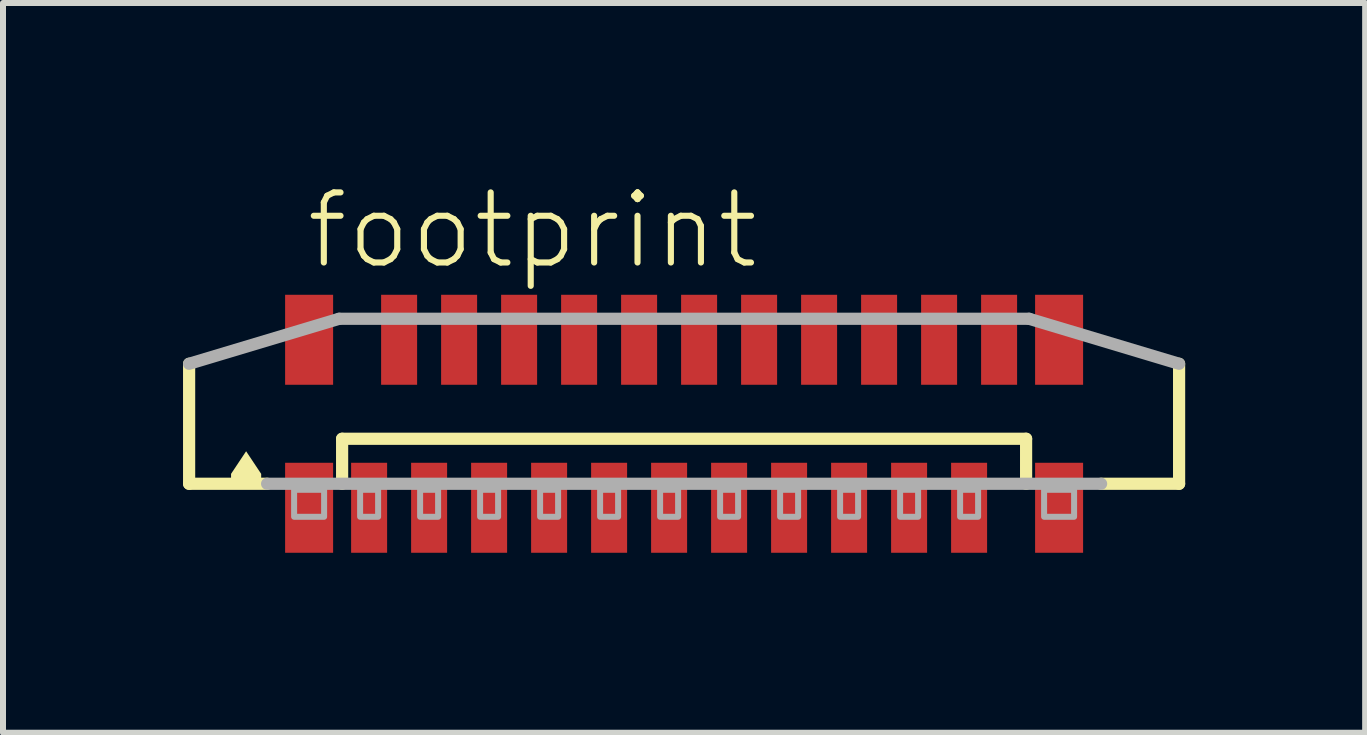
<source format=kicad_pcb>
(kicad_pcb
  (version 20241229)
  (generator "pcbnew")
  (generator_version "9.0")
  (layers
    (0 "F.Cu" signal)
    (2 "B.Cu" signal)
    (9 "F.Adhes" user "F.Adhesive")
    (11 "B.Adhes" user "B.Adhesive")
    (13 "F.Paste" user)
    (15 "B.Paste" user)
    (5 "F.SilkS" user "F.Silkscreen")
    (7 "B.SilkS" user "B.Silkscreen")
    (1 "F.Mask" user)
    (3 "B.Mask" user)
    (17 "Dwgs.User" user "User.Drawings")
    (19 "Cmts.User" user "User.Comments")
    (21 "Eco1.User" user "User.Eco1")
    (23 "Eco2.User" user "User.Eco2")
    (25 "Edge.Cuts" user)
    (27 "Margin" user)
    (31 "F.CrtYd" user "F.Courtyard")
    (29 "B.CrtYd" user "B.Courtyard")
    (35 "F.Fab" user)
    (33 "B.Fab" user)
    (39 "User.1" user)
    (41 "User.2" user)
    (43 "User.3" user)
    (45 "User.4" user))
  (footprint "footprint"
    (layer "F.Cu")
    (at 8.352 4.013)
    (property "Reference" "footprint" (at -6.35 -2.54 0) (layer "F.SilkS") (effects (font (size 1.168 1.168) (thickness 0.102)) (justify left bottom)))
    (fp_line (start -8.25 1) (end -8.25 -1) (stroke (width 0.203) (type solid)) (layer "F.SilkS"))
    (fp_line (start -6.95 1) (end -8.25 1) (stroke (width 0.203) (type solid)) (layer "F.SilkS"))
    (fp_line (start -5.7 0.25) (end 5.7 0.25) (stroke (width 0.203) (type solid)) (layer "F.SilkS"))
    (fp_line (start -5.7 1) (end -5.7 0.25) (stroke (width 0.203) (type solid)) (layer "F.SilkS"))
    (fp_line (start 5.7 0.25) (end 5.7 1) (stroke (width 0.203) (type solid)) (layer "F.SilkS"))
    (fp_line (start 8.25 -1) (end 8.25 1) (stroke (width 0.203) (type solid)) (layer "F.SilkS"))
    (fp_line (start 8.25 1) (end 6.95 1) (stroke (width 0.203) (type solid)) (layer "F.SilkS"))
    (fp_poly (pts (xy -7.049 0.835) (xy -7.049 1.001) (xy -7.551 1.001) (xy -7.551 0.835) (xy -7.3 0.458)) (stroke (width 0) (type solid)) (fill yes) (layer "F.SilkS"))
    (fp_line (start -8.25 -1) (end -5.75 -1.75) (stroke (width 0.203) (type solid)) (layer "F.Fab"))
    (fp_line (start -5.75 -1.75) (end 5.75 -1.75) (stroke (width 0.203) (type solid)) (layer "F.Fab"))
    (fp_line (start 5.75 -1.75) (end 8.25 -1) (stroke (width 0.203) (type solid)) (layer "F.Fab"))
    (fp_line (start 6.95 1) (end -6.95 1) (stroke (width 0.203) (type solid)) (layer "F.Fab"))
    (fp_poly (pts (xy -6.5 1.55) (xy -6 1.55) (xy -6 1.1) (xy -6.5 1.1)) (stroke (width 0.1) (type solid)) (fill no) (layer "F.Fab"))
    (fp_poly (pts (xy -5.4 1.55) (xy -5.1 1.55) (xy -5.1 1.1) (xy -5.4 1.1)) (stroke (width 0.1) (type solid)) (fill no) (layer "F.Fab"))
    (fp_poly (pts (xy -4.4 1.55) (xy -4.1 1.55) (xy -4.1 1.1) (xy -4.4 1.1)) (stroke (width 0.1) (type solid)) (fill no) (layer "F.Fab"))
    (fp_poly (pts (xy -3.4 1.55) (xy -3.1 1.55) (xy -3.1 1.1) (xy -3.4 1.1)) (stroke (width 0.1) (type solid)) (fill no) (layer "F.Fab"))
    (fp_poly (pts (xy -2.4 1.55) (xy -2.1 1.55) (xy -2.1 1.1) (xy -2.4 1.1)) (stroke (width 0.1) (type solid)) (fill no) (layer "F.Fab"))
    (fp_poly (pts (xy -1.4 1.55) (xy -1.1 1.55) (xy -1.1 1.1) (xy -1.4 1.1)) (stroke (width 0.1) (type solid)) (fill no) (layer "F.Fab"))
    (fp_poly (pts (xy -0.4 1.55) (xy -0.1 1.55) (xy -0.1 1.1) (xy -0.4 1.1)) (stroke (width 0.1) (type solid)) (fill no) (layer "F.Fab"))
    (fp_poly (pts (xy 0.6 1.55) (xy 0.9 1.55) (xy 0.9 1.1) (xy 0.6 1.1)) (stroke (width 0.1) (type solid)) (fill no) (layer "F.Fab"))
    (fp_poly (pts (xy 1.6 1.55) (xy 1.9 1.55) (xy 1.9 1.1) (xy 1.6 1.1)) (stroke (width 0.1) (type solid)) (fill no) (layer "F.Fab"))
    (fp_poly (pts (xy 2.6 1.55) (xy 2.9 1.55) (xy 2.9 1.1) (xy 2.6 1.1)) (stroke (width 0.1) (type solid)) (fill no) (layer "F.Fab"))
    (fp_poly (pts (xy 3.6 1.55) (xy 3.9 1.55) (xy 3.9 1.1) (xy 3.6 1.1)) (stroke (width 0.1) (type solid)) (fill no) (layer "F.Fab"))
    (fp_poly (pts (xy 4.6 1.55) (xy 4.9 1.55) (xy 4.9 1.1) (xy 4.6 1.1)) (stroke (width 0.1) (type solid)) (fill no) (layer "F.Fab"))
    (fp_poly (pts (xy 6 1.55) (xy 6.5 1.55) (xy 6.5 1.1) (xy 6 1.1)) (stroke (width 0.1) (type solid)) (fill no) (layer "F.Fab"))
    (pad "1" smd rect (at -5.25 1.4) (size 0.6 1.5) (layers "F.Cu" "F.Mask" "F.Paste"))
    (pad "2" smd rect (at -4.75 -1.4 180) (size 0.6 1.5) (layers "F.Cu" "F.Mask" "F.Paste"))
    (pad "3" smd rect (at -4.25 1.4) (size 0.6 1.5) (layers "F.Cu" "F.Mask" "F.Paste"))
    (pad "4" smd rect (at -3.75 -1.4 180) (size 0.6 1.5) (layers "F.Cu" "F.Mask" "F.Paste"))
    (pad "5" smd rect (at -3.25 1.4) (size 0.6 1.5) (layers "F.Cu" "F.Mask" "F.Paste"))
    (pad "6" smd rect (at -2.75 -1.4 180) (size 0.6 1.5) (layers "F.Cu" "F.Mask" "F.Paste"))
    (pad "7" smd rect (at -2.25 1.4) (size 0.6 1.5) (layers "F.Cu" "F.Mask" "F.Paste"))
    (pad "8" smd rect (at -1.75 -1.4 180) (size 0.6 1.5) (layers "F.Cu" "F.Mask" "F.Paste"))
    (pad "9" smd rect (at -1.25 1.4) (size 0.6 1.5) (layers "F.Cu" "F.Mask" "F.Paste"))
    (pad "10" smd rect (at -0.75 -1.4 180) (size 0.6 1.5) (layers "F.Cu" "F.Mask" "F.Paste"))
    (pad "11" smd rect (at -0.25 1.4) (size 0.6 1.5) (layers "F.Cu" "F.Mask" "F.Paste"))
    (pad "12" smd rect (at 0.25 -1.4 180) (size 0.6 1.5) (layers "F.Cu" "F.Mask" "F.Paste"))
    (pad "13" smd rect (at 0.75 1.4) (size 0.6 1.5) (layers "F.Cu" "F.Mask" "F.Paste"))
    (pad "14" smd rect (at 1.25 -1.4 180) (size 0.6 1.5) (layers "F.Cu" "F.Mask" "F.Paste"))
    (pad "15" smd rect (at 1.75 1.4) (size 0.6 1.5) (layers "F.Cu" "F.Mask" "F.Paste"))
    (pad "16" smd rect (at 2.25 -1.4 180) (size 0.6 1.5) (layers "F.Cu" "F.Mask" "F.Paste"))
    (pad "17" smd rect (at 2.75 1.4) (size 0.6 1.5) (layers "F.Cu" "F.Mask" "F.Paste"))
    (pad "18" smd rect (at 3.25 -1.4 180) (size 0.6 1.5) (layers "F.Cu" "F.Mask" "F.Paste"))
    (pad "19" smd rect (at 3.75 1.4) (size 0.6 1.5) (layers "F.Cu" "F.Mask" "F.Paste"))
    (pad "20" smd rect (at 4.25 -1.4 180) (size 0.6 1.5) (layers "F.Cu" "F.Mask" "F.Paste"))
    (pad "21" smd rect (at 4.75 1.4) (size 0.6 1.5) (layers "F.Cu" "F.Mask" "F.Paste"))
    (pad "22" smd rect (at 5.25 -1.4 180) (size 0.6 1.5) (layers "F.Cu" "F.Mask" "F.Paste"))
    (pad "M1" smd rect (at -6.25 1.4) (size 0.8 1.5) (layers "F.Cu" "F.Mask" "F.Paste"))
    (pad "M2" smd rect (at 6.25 1.4) (size 0.8 1.5) (layers "F.Cu" "F.Mask" "F.Paste"))
    (pad "M3" smd rect (at 6.25 -1.4 180) (size 0.8 1.5) (layers "F.Cu" "F.Mask" "F.Paste"))
    (pad "M4" smd rect (at -6.25 -1.4 180) (size 0.8 1.5) (layers "F.Cu" "F.Mask" "F.Paste")))
  (gr_rect
    (start -3 -3)
    (end 19.703 9.163)
    (stroke (width 0.1) (type default))
    (fill no)
    (layer "Edge.Cuts")))
</source>
